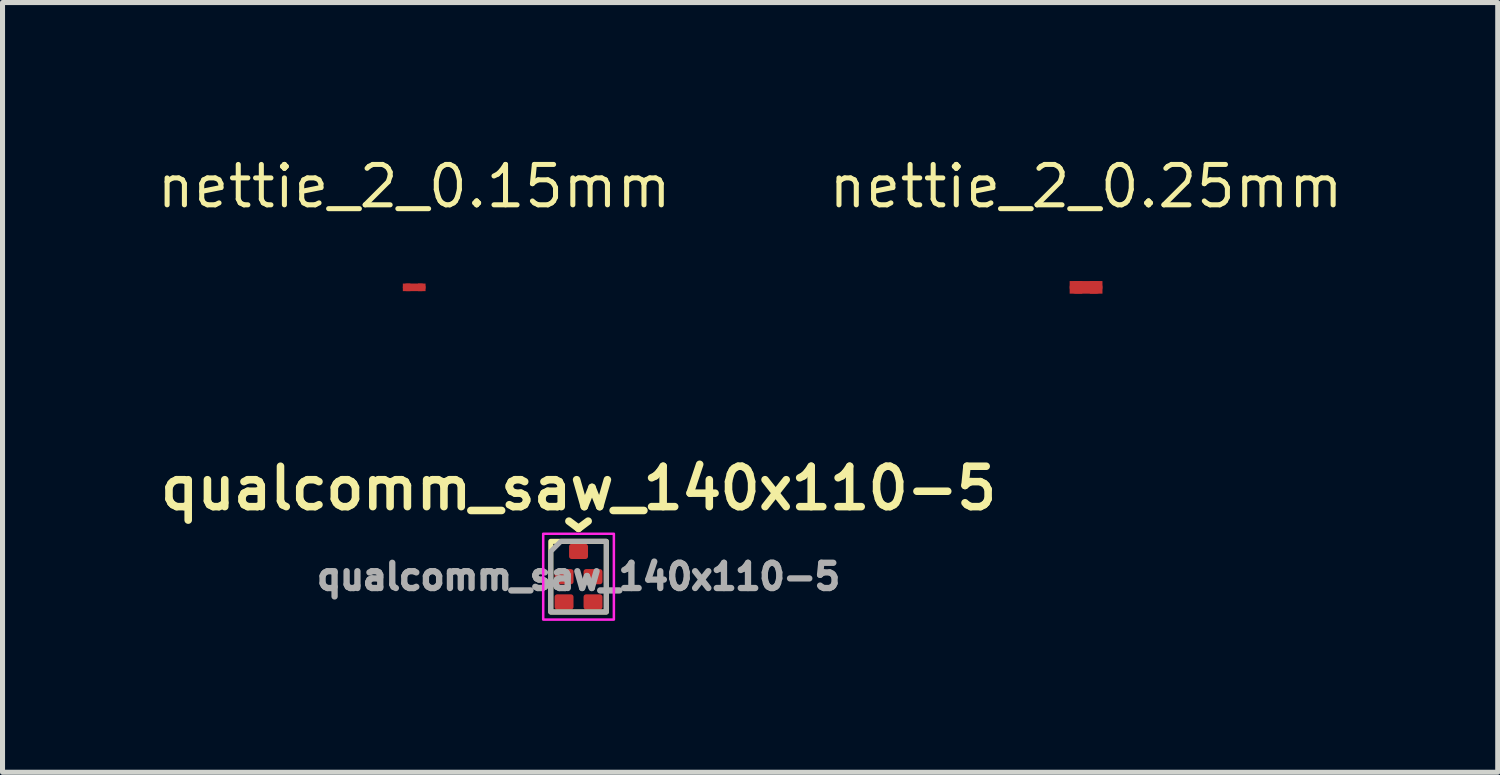
<source format=kicad_pcb>
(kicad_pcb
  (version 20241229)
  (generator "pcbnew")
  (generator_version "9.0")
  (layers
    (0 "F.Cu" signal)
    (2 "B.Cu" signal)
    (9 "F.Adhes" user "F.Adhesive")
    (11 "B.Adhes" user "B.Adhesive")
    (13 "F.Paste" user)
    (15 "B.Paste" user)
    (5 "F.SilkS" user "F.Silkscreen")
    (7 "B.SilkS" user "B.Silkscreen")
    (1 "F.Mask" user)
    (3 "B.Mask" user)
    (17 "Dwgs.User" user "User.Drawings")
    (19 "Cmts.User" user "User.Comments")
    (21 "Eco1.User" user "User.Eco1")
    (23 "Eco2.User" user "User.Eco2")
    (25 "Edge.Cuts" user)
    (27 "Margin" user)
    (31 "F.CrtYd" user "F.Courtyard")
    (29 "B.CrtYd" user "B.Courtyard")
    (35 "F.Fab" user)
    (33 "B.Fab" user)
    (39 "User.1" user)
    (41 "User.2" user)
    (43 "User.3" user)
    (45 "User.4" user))
  (footprint "nettie_2_0.25mm"
    (layer "F.Cu")
    (at 18.467 2.643)
    (property "Reference" "nettie_2_0.25mm" (at 0 -2 0) (layer "F.SilkS") (effects (font (size 0.8 0.8) (thickness 0.1))))
    (attr smd)
    (fp_line (start 0.2 0) (end -0.2 0) (stroke (width 0.25) (type default)) (layer "F.Cu"))
    (pad "1" smd rect (at -0.2 0) (size 0.25 0.25) (layers "F.Cu"))
    (pad "2" smd rect (at 0.2 0) (size 0.25 0.25) (layers "F.Cu")))
  (footprint "nettie_2_0.15mm"
    (layer "F.Cu")
    (at 5.156 2.643)
    (property "Reference" "nettie_2_0.15mm" (at 0 -2 0) (layer "F.SilkS") (effects (font (size 0.8 0.8) (thickness 0.1))))
    (attr smd)
    (fp_line (start 0.15 0) (end -0.15 0) (stroke (width 0.15) (type default)) (layer "F.Cu"))
    (pad "1" smd rect (at -0.15 0) (size 0.15 0.15) (layers "F.Cu"))
    (pad "2" smd rect (at 0.15 0) (size 0.15 0.15) (layers "F.Cu")))
  (footprint "qualcomm_saw_140x110-5"
    (layer "F.Cu")
    (at 8.412 8.375)
    (property "Reference" "qualcomm_saw_140x110-5" (at 0 -1.75 0) (layer "F.SilkS") (effects (font (size 0.8 0.8) (thickness 0.15) (bold yes))))
    (attr smd)
    (fp_rect (start -0.55 -0.7) (end 0.55 0.7) (stroke (width 0.1) (type default)) (fill no) (layer "F.SilkS"))
    (fp_rect (start -0.7 -0.85) (end 0.7 0.85) (stroke (width 0.05) (type default)) (fill no) (layer "F.CrtYd"))
    (fp_poly (pts (xy 0.55 -0.7) (xy 0.55 0.7) (xy -0.55 0.7) (xy -0.55 -0.5) (xy -0.35 -0.7)) (stroke (width 0.1) (type solid)) (fill no) (layer "F.Fab"))
    (fp_text user "^" (at 0 -1.55 180) (unlocked yes) (layer "F.SilkS") (effects (font (size 1 1) (thickness 0.15))))
    (fp_text user "${REFERENCE}" (at 0 0 0) (unlocked yes) (layer "F.Fab") (effects (font (size 0.5 0.5) (thickness 0.125))))
    (pad "1" smd roundrect (at 0 -0.5) (size 0.375 0.3) (layers "F.Cu" "F.Mask" "F.Paste") (roundrect_rratio 0.167))
    (pad "2" smd roundrect (at -0.287 0) (size 0.375 0.3) (layers "F.Cu" "F.Mask" "F.Paste") (roundrect_rratio 0.167))
    (pad "3" smd roundrect (at -0.287 0.5) (size 0.375 0.3) (layers "F.Cu" "F.Mask" "F.Paste") (roundrect_rratio 0.167))
    (pad "4" smd roundrect (at 0.287 0.5) (size 0.375 0.3) (layers "F.Cu" "F.Mask" "F.Paste") (roundrect_rratio 0.167))
    (pad "5" smd roundrect (at 0.287 0) (size 0.375 0.3) (layers "F.Cu" "F.Mask" "F.Paste") (roundrect_rratio 0.167)))
  (gr_rect
    (start -3 -3)
    (end 26.623 12.25)
    (stroke (width 0.1) (type default))
    (fill no)
    (layer "Edge.Cuts")))
</source>
